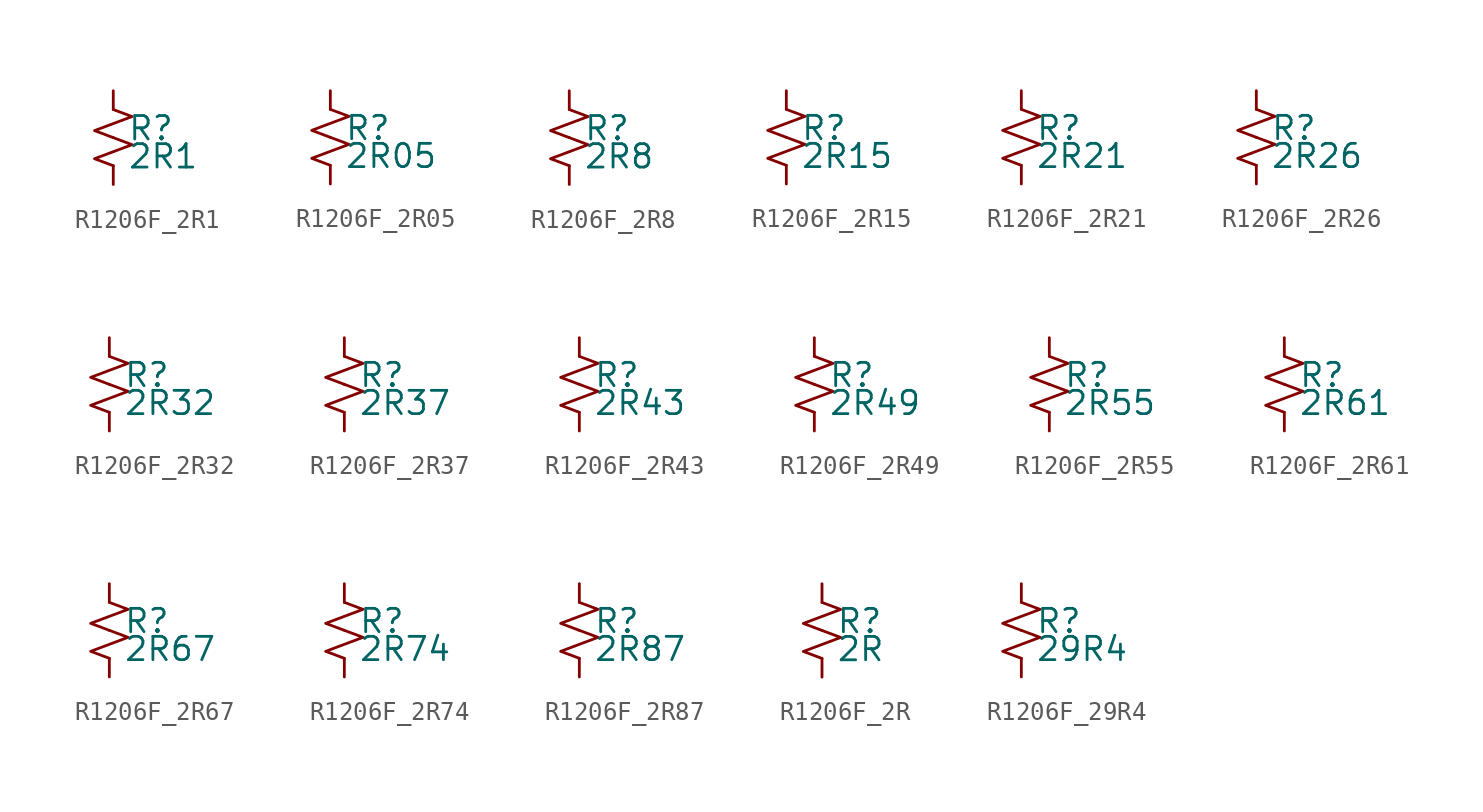
<source format=kicad_sym>
(kicad_symbol_lib
  (version 20220914)
  (generator kicad_symbol_editor)
  (symbol "R1206F_2R1"
    (pin_numbers hide)
    (pin_names
      (offset 0.254) hide)
    (property "Reference" "R"
      (at 0.762 0.508 0)
      (effects (font (size 1.27 1.27)) (justify left)))
    (property "Value" "2R1"
      (at 0.762 -1.016 0)
      (effects (font (size 1.27 1.27)) (justify left)))
    (symbol "R1206F_2R1_1_1"
      (polyline (pts (xy 0 0) (xy 1.016 -0.381) (xy 0 -0.762) (xy -1.016 -1.143) (xy 0 -1.524)) (stroke (width 0) (type default)) (fill (type none)))
      (polyline (pts (xy 0 1.524) (xy 1.016 1.143) (xy 0 0.762) (xy -1.016 0.381) (xy 0 0)) (stroke (width 0) (type default)) (fill (type none)))
      (pin passive line (at 0 2.54 270) (length 1.016) (name "~" (effects (font (size 1.27 1.27)))) (number "1" (effects (font (size 1.27 1.27)))))
      (pin passive line (at 0 -2.54 90) (length 1.016) (name "~" (effects (font (size 1.27 1.27)))) (number "2" (effects (font (size 1.27 1.27)))))))
  (symbol "R1206F_2R05"
    (pin_numbers hide)
    (pin_names
      (offset 0.254) hide)
    (property "Reference" "R"
      (at 0.762 0.508 0)
      (effects (font (size 1.27 1.27)) (justify left)))
    (property "Value" "2R05"
      (at 0.762 -1.016 0)
      (effects (font (size 1.27 1.27)) (justify left)))
    (symbol "R1206F_2R05_1_1"
      (polyline (pts (xy 0 0) (xy 1.016 -0.381) (xy 0 -0.762) (xy -1.016 -1.143) (xy 0 -1.524)) (stroke (width 0) (type default)) (fill (type none)))
      (polyline (pts (xy 0 1.524) (xy 1.016 1.143) (xy 0 0.762) (xy -1.016 0.381) (xy 0 0)) (stroke (width 0) (type default)) (fill (type none)))
      (pin passive line (at 0 2.54 270) (length 1.016) (name "~" (effects (font (size 1.27 1.27)))) (number "1" (effects (font (size 1.27 1.27)))))
      (pin passive line (at 0 -2.54 90) (length 1.016) (name "~" (effects (font (size 1.27 1.27)))) (number "2" (effects (font (size 1.27 1.27)))))))
  (symbol "R1206F_2R8"
    (pin_numbers hide)
    (pin_names
      (offset 0.254) hide)
    (property "Reference" "R"
      (at 0.762 0.508 0)
      (effects (font (size 1.27 1.27)) (justify left)))
    (property "Value" "2R8"
      (at 0.762 -1.016 0)
      (effects (font (size 1.27 1.27)) (justify left)))
    (symbol "R1206F_2R8_1_1"
      (polyline (pts (xy 0 0) (xy 1.016 -0.381) (xy 0 -0.762) (xy -1.016 -1.143) (xy 0 -1.524)) (stroke (width 0) (type default)) (fill (type none)))
      (polyline (pts (xy 0 1.524) (xy 1.016 1.143) (xy 0 0.762) (xy -1.016 0.381) (xy 0 0)) (stroke (width 0) (type default)) (fill (type none)))
      (pin passive line (at 0 2.54 270) (length 1.016) (name "~" (effects (font (size 1.27 1.27)))) (number "1" (effects (font (size 1.27 1.27)))))
      (pin passive line (at 0 -2.54 90) (length 1.016) (name "~" (effects (font (size 1.27 1.27)))) (number "2" (effects (font (size 1.27 1.27)))))))
  (symbol "R1206F_2R15"
    (pin_numbers hide)
    (pin_names
      (offset 0.254) hide)
    (property "Reference" "R"
      (at 0.762 0.508 0)
      (effects (font (size 1.27 1.27)) (justify left)))
    (property "Value" "2R15"
      (at 0.762 -1.016 0)
      (effects (font (size 1.27 1.27)) (justify left)))
    (symbol "R1206F_2R15_1_1"
      (polyline (pts (xy 0 0) (xy 1.016 -0.381) (xy 0 -0.762) (xy -1.016 -1.143) (xy 0 -1.524)) (stroke (width 0) (type default)) (fill (type none)))
      (polyline (pts (xy 0 1.524) (xy 1.016 1.143) (xy 0 0.762) (xy -1.016 0.381) (xy 0 0)) (stroke (width 0) (type default)) (fill (type none)))
      (pin passive line (at 0 2.54 270) (length 1.016) (name "~" (effects (font (size 1.27 1.27)))) (number "1" (effects (font (size 1.27 1.27)))))
      (pin passive line (at 0 -2.54 90) (length 1.016) (name "~" (effects (font (size 1.27 1.27)))) (number "2" (effects (font (size 1.27 1.27)))))))
  (symbol "R1206F_2R21"
    (pin_numbers hide)
    (pin_names
      (offset 0.254) hide)
    (property "Reference" "R"
      (at 0.762 0.508 0)
      (effects (font (size 1.27 1.27)) (justify left)))
    (property "Value" "2R21"
      (at 0.762 -1.016 0)
      (effects (font (size 1.27 1.27)) (justify left)))
    (symbol "R1206F_2R21_1_1"
      (polyline (pts (xy 0 0) (xy 1.016 -0.381) (xy 0 -0.762) (xy -1.016 -1.143) (xy 0 -1.524)) (stroke (width 0) (type default)) (fill (type none)))
      (polyline (pts (xy 0 1.524) (xy 1.016 1.143) (xy 0 0.762) (xy -1.016 0.381) (xy 0 0)) (stroke (width 0) (type default)) (fill (type none)))
      (pin passive line (at 0 2.54 270) (length 1.016) (name "~" (effects (font (size 1.27 1.27)))) (number "1" (effects (font (size 1.27 1.27)))))
      (pin passive line (at 0 -2.54 90) (length 1.016) (name "~" (effects (font (size 1.27 1.27)))) (number "2" (effects (font (size 1.27 1.27)))))))
  (symbol "R1206F_2R26"
    (pin_numbers hide)
    (pin_names
      (offset 0.254) hide)
    (property "Reference" "R"
      (at 0.762 0.508 0)
      (effects (font (size 1.27 1.27)) (justify left)))
    (property "Value" "2R26"
      (at 0.762 -1.016 0)
      (effects (font (size 1.27 1.27)) (justify left)))
    (symbol "R1206F_2R26_1_1"
      (polyline (pts (xy 0 0) (xy 1.016 -0.381) (xy 0 -0.762) (xy -1.016 -1.143) (xy 0 -1.524)) (stroke (width 0) (type default)) (fill (type none)))
      (polyline (pts (xy 0 1.524) (xy 1.016 1.143) (xy 0 0.762) (xy -1.016 0.381) (xy 0 0)) (stroke (width 0) (type default)) (fill (type none)))
      (pin passive line (at 0 2.54 270) (length 1.016) (name "~" (effects (font (size 1.27 1.27)))) (number "1" (effects (font (size 1.27 1.27)))))
      (pin passive line (at 0 -2.54 90) (length 1.016) (name "~" (effects (font (size 1.27 1.27)))) (number "2" (effects (font (size 1.27 1.27)))))))
  (symbol "R1206F_2R32"
    (pin_numbers hide)
    (pin_names
      (offset 0.254) hide)
    (property "Reference" "R"
      (at 0.762 0.508 0)
      (effects (font (size 1.27 1.27)) (justify left)))
    (property "Value" "2R32"
      (at 0.762 -1.016 0)
      (effects (font (size 1.27 1.27)) (justify left)))
    (symbol "R1206F_2R32_1_1"
      (polyline (pts (xy 0 0) (xy 1.016 -0.381) (xy 0 -0.762) (xy -1.016 -1.143) (xy 0 -1.524)) (stroke (width 0) (type default)) (fill (type none)))
      (polyline (pts (xy 0 1.524) (xy 1.016 1.143) (xy 0 0.762) (xy -1.016 0.381) (xy 0 0)) (stroke (width 0) (type default)) (fill (type none)))
      (pin passive line (at 0 2.54 270) (length 1.016) (name "~" (effects (font (size 1.27 1.27)))) (number "1" (effects (font (size 1.27 1.27)))))
      (pin passive line (at 0 -2.54 90) (length 1.016) (name "~" (effects (font (size 1.27 1.27)))) (number "2" (effects (font (size 1.27 1.27)))))))
  (symbol "R1206F_2R37"
    (pin_numbers hide)
    (pin_names
      (offset 0.254) hide)
    (property "Reference" "R"
      (at 0.762 0.508 0)
      (effects (font (size 1.27 1.27)) (justify left)))
    (property "Value" "2R37"
      (at 0.762 -1.016 0)
      (effects (font (size 1.27 1.27)) (justify left)))
    (symbol "R1206F_2R37_1_1"
      (polyline (pts (xy 0 0) (xy 1.016 -0.381) (xy 0 -0.762) (xy -1.016 -1.143) (xy 0 -1.524)) (stroke (width 0) (type default)) (fill (type none)))
      (polyline (pts (xy 0 1.524) (xy 1.016 1.143) (xy 0 0.762) (xy -1.016 0.381) (xy 0 0)) (stroke (width 0) (type default)) (fill (type none)))
      (pin passive line (at 0 2.54 270) (length 1.016) (name "~" (effects (font (size 1.27 1.27)))) (number "1" (effects (font (size 1.27 1.27)))))
      (pin passive line (at 0 -2.54 90) (length 1.016) (name "~" (effects (font (size 1.27 1.27)))) (number "2" (effects (font (size 1.27 1.27)))))))
  (symbol "R1206F_2R43"
    (pin_numbers hide)
    (pin_names
      (offset 0.254) hide)
    (property "Reference" "R"
      (at 0.762 0.508 0)
      (effects (font (size 1.27 1.27)) (justify left)))
    (property "Value" "2R43"
      (at 0.762 -1.016 0)
      (effects (font (size 1.27 1.27)) (justify left)))
    (symbol "R1206F_2R43_1_1"
      (polyline (pts (xy 0 0) (xy 1.016 -0.381) (xy 0 -0.762) (xy -1.016 -1.143) (xy 0 -1.524)) (stroke (width 0) (type default)) (fill (type none)))
      (polyline (pts (xy 0 1.524) (xy 1.016 1.143) (xy 0 0.762) (xy -1.016 0.381) (xy 0 0)) (stroke (width 0) (type default)) (fill (type none)))
      (pin passive line (at 0 2.54 270) (length 1.016) (name "~" (effects (font (size 1.27 1.27)))) (number "1" (effects (font (size 1.27 1.27)))))
      (pin passive line (at 0 -2.54 90) (length 1.016) (name "~" (effects (font (size 1.27 1.27)))) (number "2" (effects (font (size 1.27 1.27)))))))
  (symbol "R1206F_2R49"
    (pin_numbers hide)
    (pin_names
      (offset 0.254) hide)
    (property "Reference" "R"
      (at 0.762 0.508 0)
      (effects (font (size 1.27 1.27)) (justify left)))
    (property "Value" "2R49"
      (at 0.762 -1.016 0)
      (effects (font (size 1.27 1.27)) (justify left)))
    (symbol "R1206F_2R49_1_1"
      (polyline (pts (xy 0 0) (xy 1.016 -0.381) (xy 0 -0.762) (xy -1.016 -1.143) (xy 0 -1.524)) (stroke (width 0) (type default)) (fill (type none)))
      (polyline (pts (xy 0 1.524) (xy 1.016 1.143) (xy 0 0.762) (xy -1.016 0.381) (xy 0 0)) (stroke (width 0) (type default)) (fill (type none)))
      (pin passive line (at 0 2.54 270) (length 1.016) (name "~" (effects (font (size 1.27 1.27)))) (number "1" (effects (font (size 1.27 1.27)))))
      (pin passive line (at 0 -2.54 90) (length 1.016) (name "~" (effects (font (size 1.27 1.27)))) (number "2" (effects (font (size 1.27 1.27)))))))
  (symbol "R1206F_2R55"
    (pin_numbers hide)
    (pin_names
      (offset 0.254) hide)
    (property "Reference" "R"
      (at 0.762 0.508 0)
      (effects (font (size 1.27 1.27)) (justify left)))
    (property "Value" "2R55"
      (at 0.762 -1.016 0)
      (effects (font (size 1.27 1.27)) (justify left)))
    (symbol "R1206F_2R55_1_1"
      (polyline (pts (xy 0 0) (xy 1.016 -0.381) (xy 0 -0.762) (xy -1.016 -1.143) (xy 0 -1.524)) (stroke (width 0) (type default)) (fill (type none)))
      (polyline (pts (xy 0 1.524) (xy 1.016 1.143) (xy 0 0.762) (xy -1.016 0.381) (xy 0 0)) (stroke (width 0) (type default)) (fill (type none)))
      (pin passive line (at 0 2.54 270) (length 1.016) (name "~" (effects (font (size 1.27 1.27)))) (number "1" (effects (font (size 1.27 1.27)))))
      (pin passive line (at 0 -2.54 90) (length 1.016) (name "~" (effects (font (size 1.27 1.27)))) (number "2" (effects (font (size 1.27 1.27)))))))
  (symbol "R1206F_2R61"
    (pin_numbers hide)
    (pin_names
      (offset 0.254) hide)
    (property "Reference" "R"
      (at 0.762 0.508 0)
      (effects (font (size 1.27 1.27)) (justify left)))
    (property "Value" "2R61"
      (at 0.762 -1.016 0)
      (effects (font (size 1.27 1.27)) (justify left)))
    (symbol "R1206F_2R61_1_1"
      (polyline (pts (xy 0 0) (xy 1.016 -0.381) (xy 0 -0.762) (xy -1.016 -1.143) (xy 0 -1.524)) (stroke (width 0) (type default)) (fill (type none)))
      (polyline (pts (xy 0 1.524) (xy 1.016 1.143) (xy 0 0.762) (xy -1.016 0.381) (xy 0 0)) (stroke (width 0) (type default)) (fill (type none)))
      (pin passive line (at 0 2.54 270) (length 1.016) (name "~" (effects (font (size 1.27 1.27)))) (number "1" (effects (font (size 1.27 1.27)))))
      (pin passive line (at 0 -2.54 90) (length 1.016) (name "~" (effects (font (size 1.27 1.27)))) (number "2" (effects (font (size 1.27 1.27)))))))
  (symbol "R1206F_2R67"
    (pin_numbers hide)
    (pin_names
      (offset 0.254) hide)
    (property "Reference" "R"
      (at 0.762 0.508 0)
      (effects (font (size 1.27 1.27)) (justify left)))
    (property "Value" "2R67"
      (at 0.762 -1.016 0)
      (effects (font (size 1.27 1.27)) (justify left)))
    (symbol "R1206F_2R67_1_1"
      (polyline (pts (xy 0 0) (xy 1.016 -0.381) (xy 0 -0.762) (xy -1.016 -1.143) (xy 0 -1.524)) (stroke (width 0) (type default)) (fill (type none)))
      (polyline (pts (xy 0 1.524) (xy 1.016 1.143) (xy 0 0.762) (xy -1.016 0.381) (xy 0 0)) (stroke (width 0) (type default)) (fill (type none)))
      (pin passive line (at 0 2.54 270) (length 1.016) (name "~" (effects (font (size 1.27 1.27)))) (number "1" (effects (font (size 1.27 1.27)))))
      (pin passive line (at 0 -2.54 90) (length 1.016) (name "~" (effects (font (size 1.27 1.27)))) (number "2" (effects (font (size 1.27 1.27)))))))
  (symbol "R1206F_2R74"
    (pin_numbers hide)
    (pin_names
      (offset 0.254) hide)
    (property "Reference" "R"
      (at 0.762 0.508 0)
      (effects (font (size 1.27 1.27)) (justify left)))
    (property "Value" "2R74"
      (at 0.762 -1.016 0)
      (effects (font (size 1.27 1.27)) (justify left)))
    (symbol "R1206F_2R74_1_1"
      (polyline (pts (xy 0 0) (xy 1.016 -0.381) (xy 0 -0.762) (xy -1.016 -1.143) (xy 0 -1.524)) (stroke (width 0) (type default)) (fill (type none)))
      (polyline (pts (xy 0 1.524) (xy 1.016 1.143) (xy 0 0.762) (xy -1.016 0.381) (xy 0 0)) (stroke (width 0) (type default)) (fill (type none)))
      (pin passive line (at 0 2.54 270) (length 1.016) (name "~" (effects (font (size 1.27 1.27)))) (number "1" (effects (font (size 1.27 1.27)))))
      (pin passive line (at 0 -2.54 90) (length 1.016) (name "~" (effects (font (size 1.27 1.27)))) (number "2" (effects (font (size 1.27 1.27)))))))
  (symbol "R1206F_2R87"
    (pin_numbers hide)
    (pin_names
      (offset 0.254) hide)
    (property "Reference" "R"
      (at 0.762 0.508 0)
      (effects (font (size 1.27 1.27)) (justify left)))
    (property "Value" "2R87"
      (at 0.762 -1.016 0)
      (effects (font (size 1.27 1.27)) (justify left)))
    (symbol "R1206F_2R87_1_1"
      (polyline (pts (xy 0 0) (xy 1.016 -0.381) (xy 0 -0.762) (xy -1.016 -1.143) (xy 0 -1.524)) (stroke (width 0) (type default)) (fill (type none)))
      (polyline (pts (xy 0 1.524) (xy 1.016 1.143) (xy 0 0.762) (xy -1.016 0.381) (xy 0 0)) (stroke (width 0) (type default)) (fill (type none)))
      (pin passive line (at 0 2.54 270) (length 1.016) (name "~" (effects (font (size 1.27 1.27)))) (number "1" (effects (font (size 1.27 1.27)))))
      (pin passive line (at 0 -2.54 90) (length 1.016) (name "~" (effects (font (size 1.27 1.27)))) (number "2" (effects (font (size 1.27 1.27)))))))
  (symbol "R1206F_2R"
    (pin_numbers hide)
    (pin_names
      (offset 0.254) hide)
    (property "Reference" "R"
      (at 0.762 0.508 0)
      (effects (font (size 1.27 1.27)) (justify left)))
    (property "Value" "2R"
      (at 0.762 -1.016 0)
      (effects (font (size 1.27 1.27)) (justify left)))
    (symbol "R1206F_2R_1_1"
      (polyline (pts (xy 0 0) (xy 1.016 -0.381) (xy 0 -0.762) (xy -1.016 -1.143) (xy 0 -1.524)) (stroke (width 0) (type default)) (fill (type none)))
      (polyline (pts (xy 0 1.524) (xy 1.016 1.143) (xy 0 0.762) (xy -1.016 0.381) (xy 0 0)) (stroke (width 0) (type default)) (fill (type none)))
      (pin passive line (at 0 2.54 270) (length 1.016) (name "~" (effects (font (size 1.27 1.27)))) (number "1" (effects (font (size 1.27 1.27)))))
      (pin passive line (at 0 -2.54 90) (length 1.016) (name "~" (effects (font (size 1.27 1.27)))) (number "2" (effects (font (size 1.27 1.27)))))))
  (symbol "R1206F_29R4"
    (pin_numbers hide)
    (pin_names
      (offset 0.254) hide)
    (property "Reference" "R"
      (at 0.762 0.508 0)
      (effects (font (size 1.27 1.27)) (justify left)))
    (property "Value" "29R4"
      (at 0.762 -1.016 0)
      (effects (font (size 1.27 1.27)) (justify left)))
    (symbol "R1206F_29R4_1_1"
      (polyline (pts (xy 0 0) (xy 1.016 -0.381) (xy 0 -0.762) (xy -1.016 -1.143) (xy 0 -1.524)) (stroke (width 0) (type default)) (fill (type none)))
      (polyline (pts (xy 0 1.524) (xy 1.016 1.143) (xy 0 0.762) (xy -1.016 0.381) (xy 0 0)) (stroke (width 0) (type default)) (fill (type none)))
      (pin passive line (at 0 2.54 270) (length 1.016) (name "~" (effects (font (size 1.27 1.27)))) (number "1" (effects (font (size 1.27 1.27)))))
      (pin passive line (at 0 -2.54 90) (length 1.016) (name "~" (effects (font (size 1.27 1.27)))) (number "2" (effects (font (size 1.27 1.27))))))))
</source>
